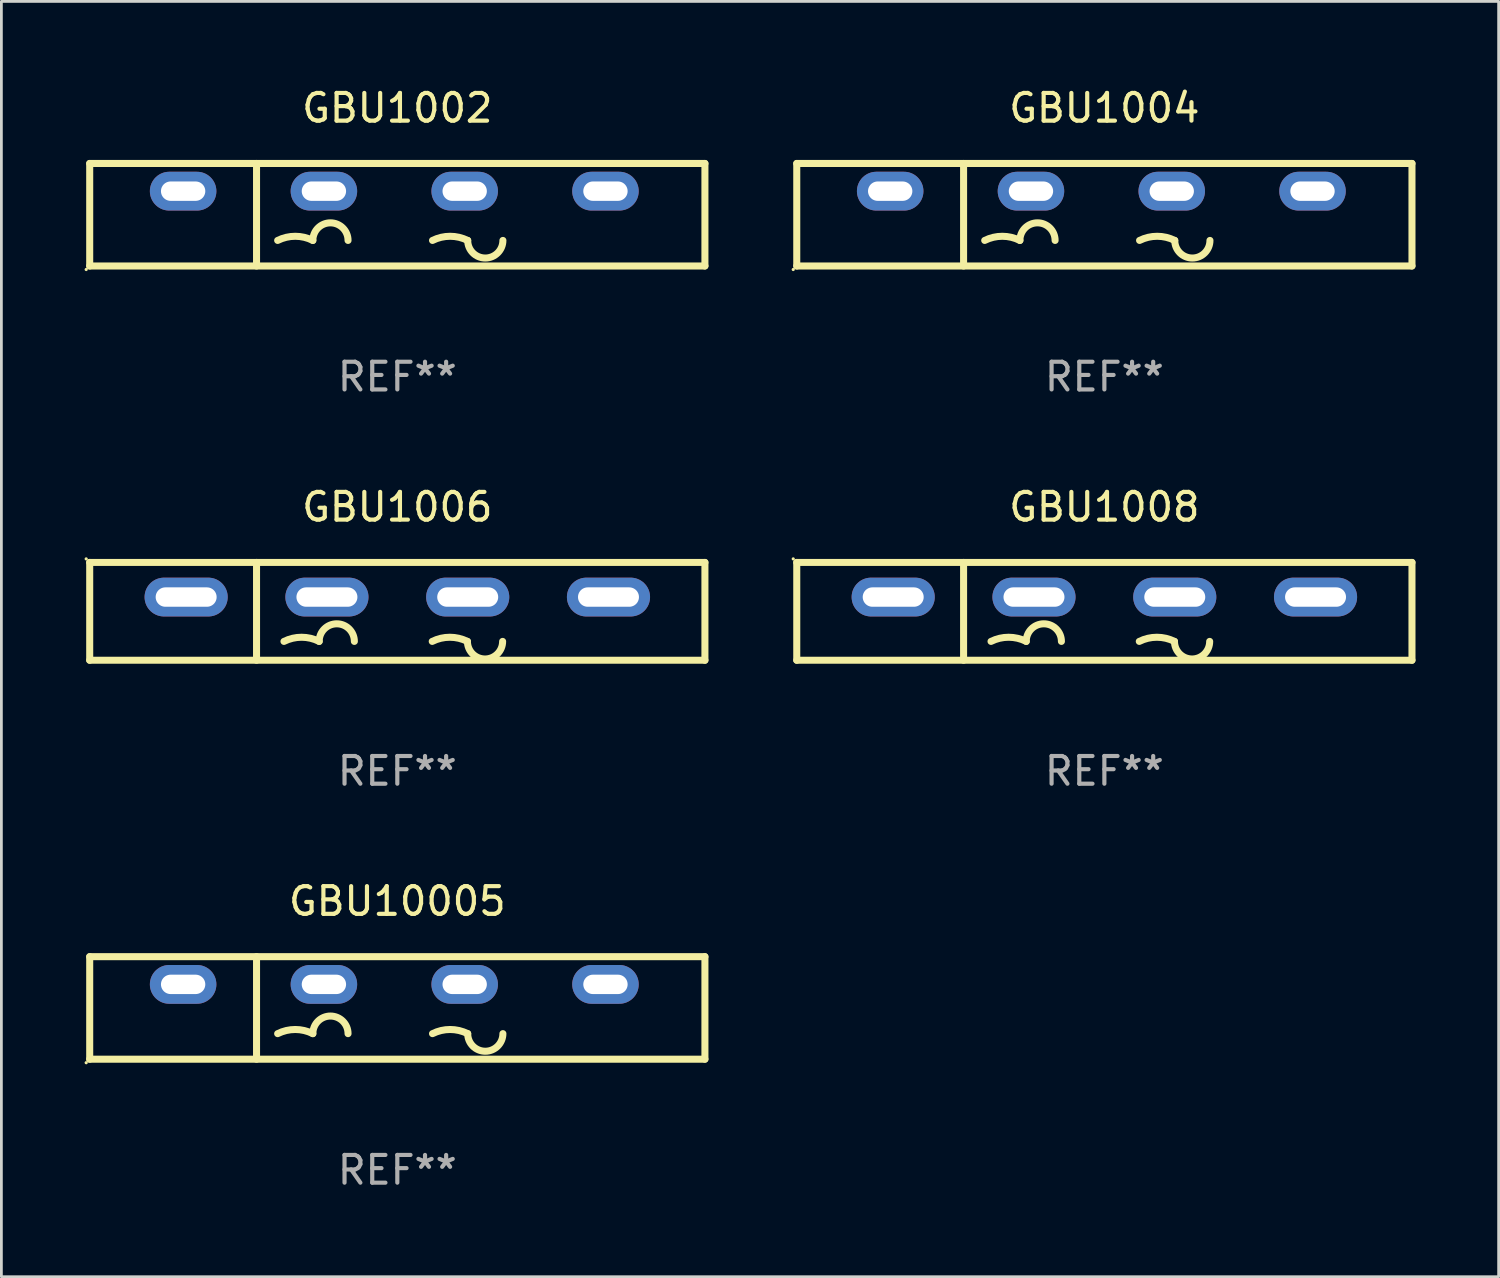
<source format=kicad_pcb>
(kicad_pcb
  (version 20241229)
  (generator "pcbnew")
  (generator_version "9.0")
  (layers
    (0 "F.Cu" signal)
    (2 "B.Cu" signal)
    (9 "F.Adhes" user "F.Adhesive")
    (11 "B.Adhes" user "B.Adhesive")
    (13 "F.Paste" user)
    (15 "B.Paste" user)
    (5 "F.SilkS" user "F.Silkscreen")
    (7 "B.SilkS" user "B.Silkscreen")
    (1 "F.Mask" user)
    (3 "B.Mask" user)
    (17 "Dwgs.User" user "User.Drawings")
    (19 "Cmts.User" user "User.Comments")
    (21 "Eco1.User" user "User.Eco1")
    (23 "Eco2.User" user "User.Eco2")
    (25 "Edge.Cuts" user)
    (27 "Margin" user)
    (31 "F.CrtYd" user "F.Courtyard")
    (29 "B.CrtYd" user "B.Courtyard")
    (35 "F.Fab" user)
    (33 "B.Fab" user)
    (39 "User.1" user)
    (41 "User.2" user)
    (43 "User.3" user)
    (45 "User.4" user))
  (footprint "GBU1004"
    (layer "F.Cu")
    (at 36.801 4.698)
    (property "Reference" "GBU1004" (at 0 -3.85 0) (layer "F.SilkS") (effects (font (size 1 1) (thickness 0.15))))
    (attr through_hole)
    (fp_line (start -11.1 -1.85) (end 11.1 -1.85) (stroke (width 0.254) (type solid)) (layer "F.SilkS"))
    (fp_line (start -11.1 1.85) (end -11.1 -1.85) (stroke (width 0.254) (type solid)) (layer "F.SilkS"))
    (fp_line (start -5.08 -1.85) (end -5.08 1.85) (stroke (width 0.254) (type solid)) (layer "F.SilkS"))
    (fp_line (start 11.1 -1.85) (end 11.1 1.85) (stroke (width 0.254) (type solid)) (layer "F.SilkS"))
    (fp_line (start 11.1 1.85) (end -11.1 1.85) (stroke (width 0.254) (type solid)) (layer "F.SilkS"))
    (fp_arc (start -4.318009 0.927991) (mid -3.683008 0.778087) (end -3.048007 0.92799) (stroke (width 0.254001) (type solid)) (layer "F.SilkS"))
    (fp_arc (start -3.048006 0.927991) (mid -2.413005 0.29299) (end -1.778004 0.927991) (stroke (width 0.254001) (type solid)) (layer "F.SilkS"))
    (fp_arc (start 1.270003 0.927991) (mid 1.905004 0.778088) (end 2.540005 0.927991) (stroke (width 0.254001) (type solid)) (layer "F.SilkS"))
    (fp_arc (start 3.810008 0.927991) (mid 3.175006 1.562993) (end 2.540004 0.927991) (stroke (width 0.254001) (type solid)) (layer "F.SilkS"))
    (fp_circle (center -11.227 1.977) (end -11.197 1.977) (stroke (width 0.06) (type solid)) (fill no) (layer "F.SilkS"))
    (fp_text user "+" (at -8.549 0.85 0) (layer "B.Mask") (effects (font (size 1 1) (thickness 0.15))))
    (fp_text user "-" (at 6.751 0.85 0) (layer "B.Mask") (effects (font (size 1 1) (thickness 0.15))))
    (fp_text user "REF**" (at 0 5.85 0) (layer "F.Fab") (effects (font (size 1 1) (thickness 0.15))))
    (pad "1" thru_hole oval (at -7.729 -0.85 180) (size 2.4 1.4) (drill oval 1.6 0.7) (layers "*.Cu" "*.Mask"))
    (pad "2" thru_hole oval (at -2.649 -0.85 180) (size 2.4 1.4) (drill oval 1.6 0.7) (layers "*.Cu" "*.Mask"))
    (pad "3" thru_hole oval (at 2.431 -0.85 180) (size 2.4 1.4) (drill oval 1.6 0.7) (layers "*.Cu" "*.Mask"))
    (pad "4" thru_hole oval (at 7.511 -0.85 180) (size 2.4 1.4) (drill oval 1.6 0.7) (layers "*.Cu" "*.Mask")))
  (footprint "GBU1008"
    (layer "F.Cu")
    (at 36.801 19.01)
    (property "Reference" "GBU1008" (at 0 -3.765 0) (layer "F.SilkS") (effects (font (size 1 1) (thickness 0.15))))
    (attr through_hole)
    (fp_line (start -11.1 -1.765) (end 11.1 -1.765) (stroke (width 0.254) (type solid)) (layer "F.SilkS"))
    (fp_line (start -11.1 1.765) (end -11.1 -1.765) (stroke (width 0.254) (type solid)) (layer "F.SilkS"))
    (fp_line (start -5.08 -1.765) (end -5.08 1.765) (stroke (width 0.254) (type solid)) (layer "F.SilkS"))
    (fp_line (start 11.1 -1.765) (end 11.1 1.765) (stroke (width 0.254) (type solid)) (layer "F.SilkS"))
    (fp_line (start 11.1 1.765) (end -11.1 1.765) (stroke (width 0.254) (type solid)) (layer "F.SilkS"))
    (fp_arc (start -4.089992 1.084963) (mid -3.454991 0.93506) (end -2.819989 1.084963) (stroke (width 0.254001) (type solid)) (layer "F.SilkS"))
    (fp_arc (start -2.819991 1.084963) (mid -2.184989 0.449961) (end -1.549987 1.084963) (stroke (width 0.254001) (type solid)) (layer "F.SilkS"))
    (fp_arc (start 1.259995 1.084963) (mid 1.894996 0.93506) (end 2.529998 1.084963) (stroke (width 0.254001) (type solid)) (layer "F.SilkS"))
    (fp_arc (start 3.8 1.084963) (mid 3.164999 1.719964) (end 2.529998 1.084963) (stroke (width 0.254001) (type solid)) (layer "F.SilkS"))
    (fp_circle (center -11.227 -1.892) (end -11.197 -1.892) (stroke (width 0.06) (type solid)) (fill no) (layer "F.SilkS"))
    (fp_text user "+" (at -7 3.085 0) (layer "B.Mask") (effects (font (size 1 1) (thickness 0.15))))
    (fp_text user "-" (at 8.65 3.335 0) (layer "B.Mask") (effects (font (size 1 1) (thickness 0.15))))
    (fp_text user "REF**" (at 0 5.765 0) (layer "F.Fab") (effects (font (size 1 1) (thickness 0.15))))
    (pad "1" thru_hole oval (at -7.62 -0.515 180) (size 3 1.4) (drill oval 2.2 0.7) (layers "*.Cu" "*.Mask"))
    (pad "2" thru_hole oval (at -2.54 -0.515 180) (size 3 1.4) (drill oval 2.2 0.7) (layers "*.Cu" "*.Mask"))
    (pad "3" thru_hole oval (at 2.54 -0.515 180) (size 3 1.4) (drill oval 2.2 0.7) (layers "*.Cu" "*.Mask"))
    (pad "4" thru_hole oval (at 7.62 -0.515 180) (size 3 1.4) (drill oval 2.2 0.7) (layers "*.Cu" "*.Mask")))
  (footprint "GBU1006"
    (layer "F.Cu")
    (at 11.287 19.01)
    (property "Reference" "GBU1006" (at 0 -3.765 0) (layer "F.SilkS") (effects (font (size 1 1) (thickness 0.15))))
    (attr through_hole)
    (fp_line (start -11.1 -1.765) (end 11.1 -1.765) (stroke (width 0.254) (type solid)) (layer "F.SilkS"))
    (fp_line (start -11.1 1.765) (end -11.1 -1.765) (stroke (width 0.254) (type solid)) (layer "F.SilkS"))
    (fp_line (start -5.08 -1.765) (end -5.08 1.765) (stroke (width 0.254) (type solid)) (layer "F.SilkS"))
    (fp_line (start 11.1 -1.765) (end 11.1 1.765) (stroke (width 0.254) (type solid)) (layer "F.SilkS"))
    (fp_line (start 11.1 1.765) (end -11.1 1.765) (stroke (width 0.254) (type solid)) (layer "F.SilkS"))
    (fp_arc (start -4.089992 1.084963) (mid -3.454991 0.93506) (end -2.819989 1.084963) (stroke (width 0.254001) (type solid)) (layer "F.SilkS"))
    (fp_arc (start -2.819991 1.084963) (mid -2.184989 0.449961) (end -1.549987 1.084963) (stroke (width 0.254001) (type solid)) (layer "F.SilkS"))
    (fp_arc (start 1.259995 1.084963) (mid 1.894996 0.93506) (end 2.529998 1.084963) (stroke (width 0.254001) (type solid)) (layer "F.SilkS"))
    (fp_arc (start 3.8 1.084963) (mid 3.164999 1.719964) (end 2.529998 1.084963) (stroke (width 0.254001) (type solid)) (layer "F.SilkS"))
    (fp_circle (center -11.227 -1.892) (end -11.197 -1.892) (stroke (width 0.06) (type solid)) (fill no) (layer "F.SilkS"))
    (fp_text user "-" (at 8.65 3.335 0) (layer "B.Mask") (effects (font (size 1 1) (thickness 0.15))))
    (fp_text user "+" (at -7 3.085 0) (layer "B.Mask") (effects (font (size 1 1) (thickness 0.15))))
    (fp_text user "REF**" (at 0 5.765 0) (layer "F.Fab") (effects (font (size 1 1) (thickness 0.15))))
    (pad "1" thru_hole oval (at -7.62 -0.515 180) (size 3 1.4) (drill oval 2.2 0.7) (layers "*.Cu" "*.Mask"))
    (pad "2" thru_hole oval (at -2.54 -0.515 180) (size 3 1.4) (drill oval 2.2 0.7) (layers "*.Cu" "*.Mask"))
    (pad "3" thru_hole oval (at 2.54 -0.515 180) (size 3 1.4) (drill oval 2.2 0.7) (layers "*.Cu" "*.Mask"))
    (pad "4" thru_hole oval (at 7.62 -0.515 180) (size 3 1.4) (drill oval 2.2 0.7) (layers "*.Cu" "*.Mask")))
  (footprint "GBU1002"
    (layer "F.Cu")
    (at 11.287 4.698)
    (property "Reference" "GBU1002" (at 0 -3.85 0) (layer "F.SilkS") (effects (font (size 1 1) (thickness 0.15))))
    (attr through_hole)
    (fp_line (start -11.1 -1.85) (end 11.1 -1.85) (stroke (width 0.254) (type solid)) (layer "F.SilkS"))
    (fp_line (start -11.1 1.85) (end -11.1 -1.85) (stroke (width 0.254) (type solid)) (layer "F.SilkS"))
    (fp_line (start -5.08 -1.85) (end -5.08 1.85) (stroke (width 0.254) (type solid)) (layer "F.SilkS"))
    (fp_line (start 11.1 -1.85) (end 11.1 1.85) (stroke (width 0.254) (type solid)) (layer "F.SilkS"))
    (fp_line (start 11.1 1.85) (end -11.1 1.85) (stroke (width 0.254) (type solid)) (layer "F.SilkS"))
    (fp_arc (start -4.318009 0.927991) (mid -3.683008 0.778087) (end -3.048007 0.92799) (stroke (width 0.254001) (type solid)) (layer "F.SilkS"))
    (fp_arc (start -3.048006 0.927991) (mid -2.413005 0.29299) (end -1.778004 0.927991) (stroke (width 0.254001) (type solid)) (layer "F.SilkS"))
    (fp_arc (start 1.270003 0.927991) (mid 1.905004 0.778088) (end 2.540005 0.927991) (stroke (width 0.254001) (type solid)) (layer "F.SilkS"))
    (fp_arc (start 3.810008 0.927991) (mid 3.175006 1.562993) (end 2.540004 0.927991) (stroke (width 0.254001) (type solid)) (layer "F.SilkS"))
    (fp_circle (center -11.227 1.977) (end -11.197 1.977) (stroke (width 0.06) (type solid)) (fill no) (layer "F.SilkS"))
    (fp_text user "+" (at -8.549 0.85 0) (layer "B.Mask") (effects (font (size 1 1) (thickness 0.15))))
    (fp_text user "-" (at 6.751 0.85 0) (layer "B.Mask") (effects (font (size 1 1) (thickness 0.15))))
    (fp_text user "REF**" (at 0 5.85 0) (layer "F.Fab") (effects (font (size 1 1) (thickness 0.15))))
    (pad "1" thru_hole oval (at -7.729 -0.85 180) (size 2.4 1.4) (drill oval 1.6 0.7) (layers "*.Cu" "*.Mask"))
    (pad "2" thru_hole oval (at -2.649 -0.85 180) (size 2.4 1.4) (drill oval 1.6 0.7) (layers "*.Cu" "*.Mask"))
    (pad "3" thru_hole oval (at 2.431 -0.85 180) (size 2.4 1.4) (drill oval 1.6 0.7) (layers "*.Cu" "*.Mask"))
    (pad "4" thru_hole oval (at 7.511 -0.85 180) (size 2.4 1.4) (drill oval 1.6 0.7) (layers "*.Cu" "*.Mask")))
  (footprint "GBU10005"
    (layer "F.Cu")
    (at 11.287 33.321)
    (property "Reference" "GBU10005" (at 0 -3.85 0) (layer "F.SilkS") (effects (font (size 1 1) (thickness 0.15))))
    (attr through_hole)
    (fp_line (start -11.1 -1.85) (end 11.1 -1.85) (stroke (width 0.254) (type solid)) (layer "F.SilkS"))
    (fp_line (start -11.1 1.85) (end -11.1 -1.85) (stroke (width 0.254) (type solid)) (layer "F.SilkS"))
    (fp_line (start -5.08 -1.85) (end -5.08 1.85) (stroke (width 0.254) (type solid)) (layer "F.SilkS"))
    (fp_line (start 11.1 -1.85) (end 11.1 1.85) (stroke (width 0.254) (type solid)) (layer "F.SilkS"))
    (fp_line (start 11.1 1.85) (end -11.1 1.85) (stroke (width 0.254) (type solid)) (layer "F.SilkS"))
    (fp_arc (start -4.318009 0.927991) (mid -3.683008 0.778087) (end -3.048007 0.92799) (stroke (width 0.254001) (type solid)) (layer "F.SilkS"))
    (fp_arc (start -3.048006 0.927991) (mid -2.413005 0.29299) (end -1.778004 0.927991) (stroke (width 0.254001) (type solid)) (layer "F.SilkS"))
    (fp_arc (start 1.270003 0.927991) (mid 1.905004 0.778088) (end 2.540005 0.927991) (stroke (width 0.254001) (type solid)) (layer "F.SilkS"))
    (fp_arc (start 3.810008 0.927991) (mid 3.175006 1.562993) (end 2.540004 0.927991) (stroke (width 0.254001) (type solid)) (layer "F.SilkS"))
    (fp_circle (center -11.227 1.977) (end -11.197 1.977) (stroke (width 0.06) (type solid)) (fill no) (layer "F.SilkS"))
    (fp_text user "+" (at -8.549 0.85 0) (layer "B.Mask") (effects (font (size 1 1) (thickness 0.15))))
    (fp_text user "-" (at 6.751 0.85 0) (layer "B.Mask") (effects (font (size 1 1) (thickness 0.15))))
    (fp_text user "REF**" (at 0 5.85 0) (layer "F.Fab") (effects (font (size 1 1) (thickness 0.15))))
    (pad "1" thru_hole oval (at -7.729 -0.85 180) (size 2.4 1.4) (drill oval 1.6 0.7) (layers "*.Cu" "*.Mask"))
    (pad "2" thru_hole oval (at -2.649 -0.85 180) (size 2.4 1.4) (drill oval 1.6 0.7) (layers "*.Cu" "*.Mask"))
    (pad "3" thru_hole oval (at 2.431 -0.85 180) (size 2.4 1.4) (drill oval 1.6 0.7) (layers "*.Cu" "*.Mask"))
    (pad "4" thru_hole oval (at 7.511 -0.85 180) (size 2.4 1.4) (drill oval 1.6 0.7) (layers "*.Cu" "*.Mask")))
  (gr_rect
    (start -3 -3)
    (end 51.028 43.02)
    (stroke (width 0.1) (type default))
    (fill no)
    (layer "Edge.Cuts")))
</source>
